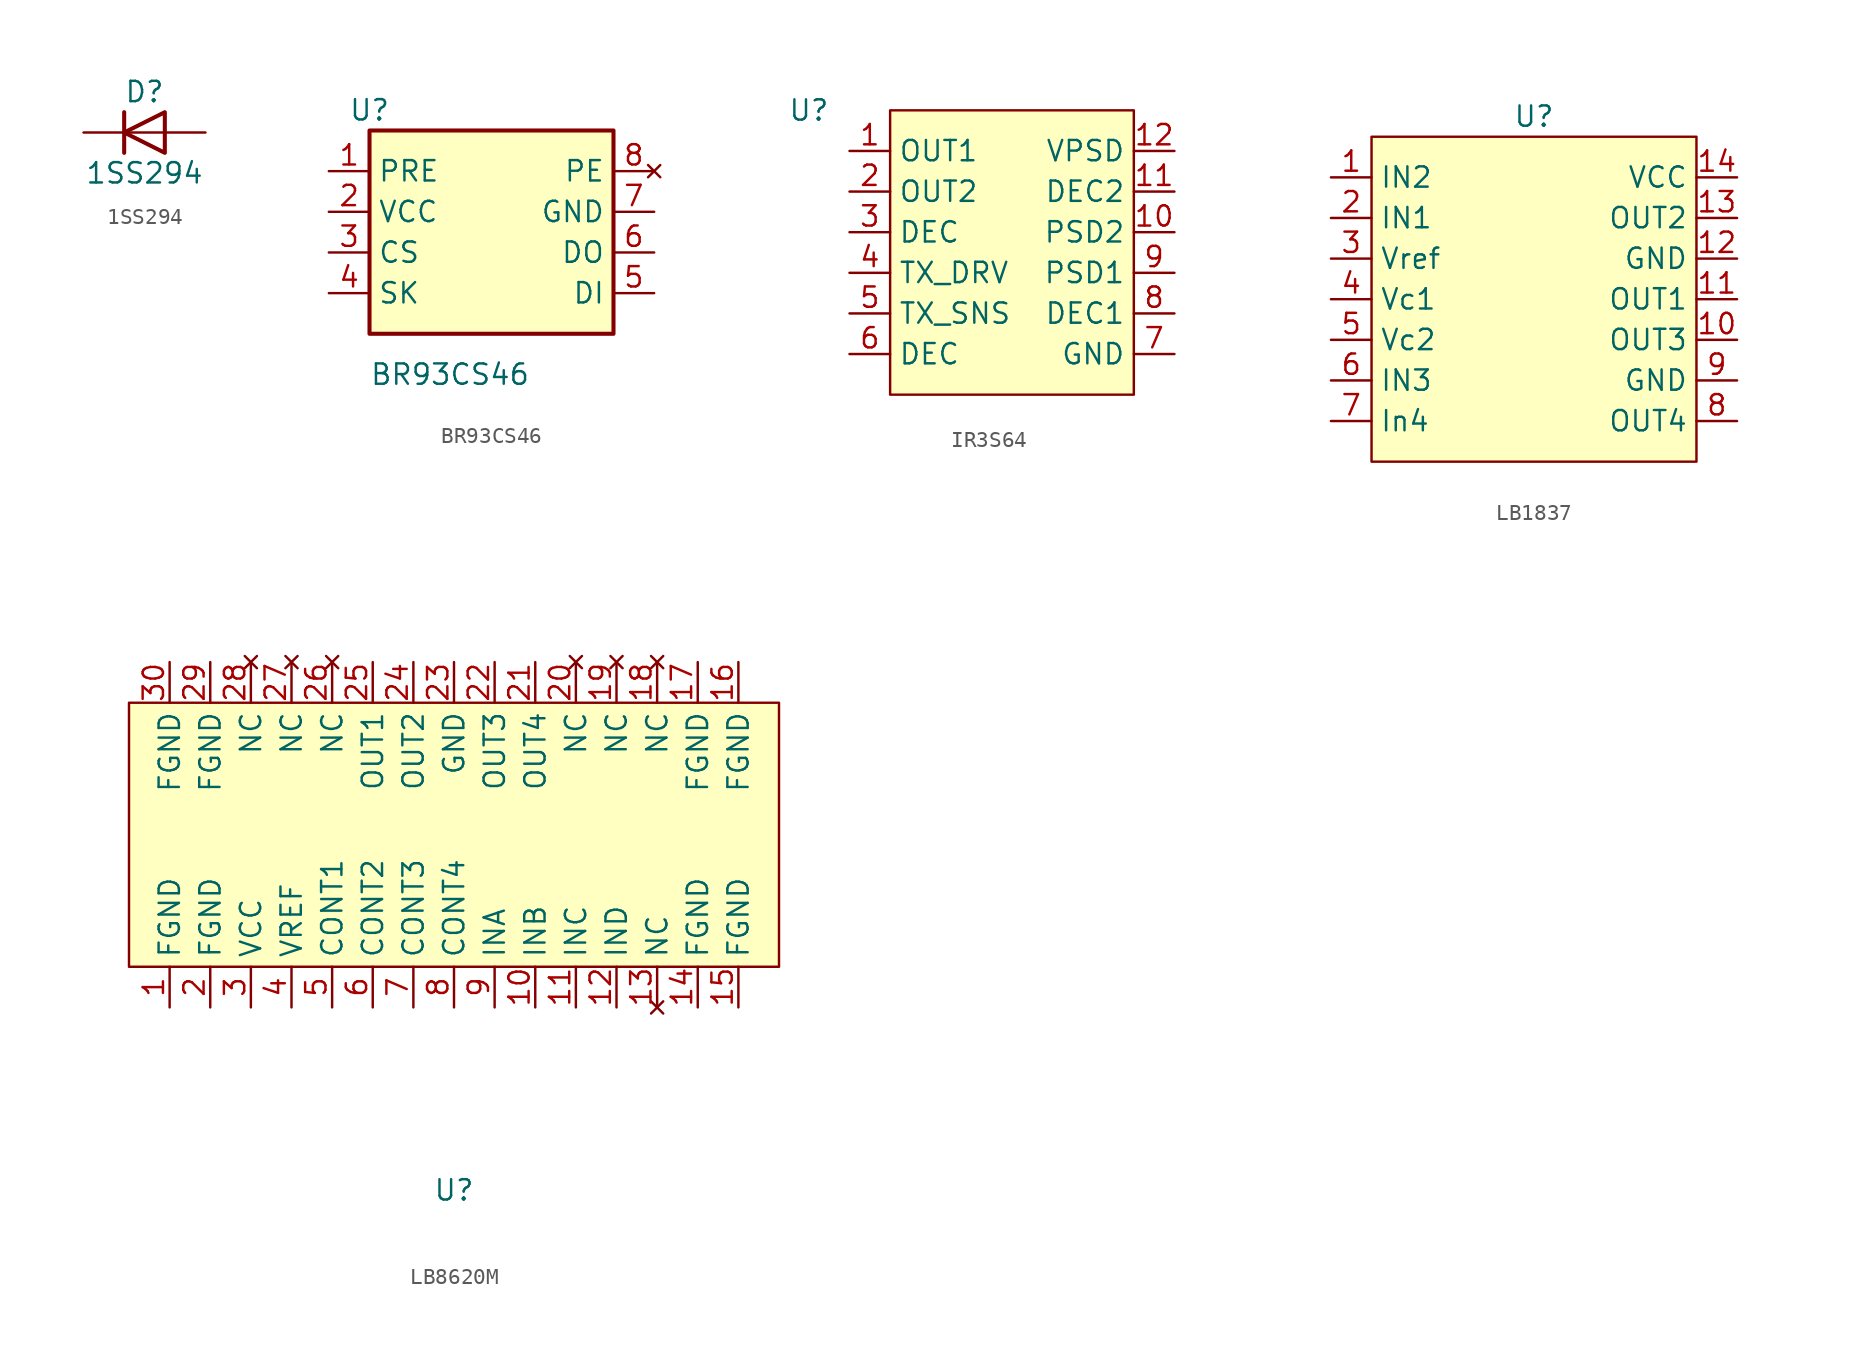
<source format=kicad_sym>
(kicad_symbol_lib
  (version 20220914)
  (generator kicad_symbol_editor)
  (symbol "1SS294"
    (pin_numbers hide)
    (pin_names hide)
    (property "Reference" "D"
      (at 0 2.54 0)
      (effects (font (size 1.27 1.27))))
    (property "Value" "1SS294"
      (at 0 -2.54 0)
      (effects (font (size 1.27 1.27))))
    (symbol "1SS294_0_1"
      (polyline (pts (xy -1.27 1.27) (xy -1.27 -1.27)) (stroke (width 0.254) (type default)) (fill (type none)))
      (polyline (pts (xy 1.27 0) (xy -1.27 0)) (stroke (width 0) (type default)) (fill (type none)))
      (polyline (pts (xy 1.27 1.27) (xy 1.27 -1.27) (xy -1.27 0) (xy 1.27 1.27)) (stroke (width 0.254) (type default)) (fill (type none))))
    (symbol "1SS294_1_1"
      (pin passive line (at 3.81 0 180) (length 2.54) (name "A" (effects (font (size 1.27 1.27)))) (number "1" (effects (font (size 1.27 1.27)))))
      (pin passive line (at 3.81 0 180) (length 2.54) hide (name "NC" (effects (font (size 1.27 1.27)))) (number "2" (effects (font (size 1.27 1.27)))))
      (pin passive line (at -3.81 0 0) (length 2.54) (name "K" (effects (font (size 1.27 1.27)))) (number "3" (effects (font (size 1.27 1.27)))))))
  (symbol "BR93CS46"
    (property "Reference" "U"
      (at -7.62 7.62 0)
      (effects (font (size 1.27 1.27))))
    (property "Value" "BR93CS46"
      (at -7.62 -8.89 0)
      (effects (font (size 1.27 1.27)) (justify left)))
    (symbol "BR93CS46_1_1"
      (rectangle (start -7.62 6.35) (end 7.62 -6.35) (stroke (width 0.254) (type default)) (fill (type background)))
      (pin input line (at -10.16 3.81 0) (length 2.54) (name "PRE" (effects (font (size 1.27 1.27)))) (number "1" (effects (font (size 1.27 1.27)))))
      (pin power_in line (at -10.16 1.27 0) (length 2.54) (name "VCC" (effects (font (size 1.27 1.27)))) (number "2" (effects (font (size 1.27 1.27)))))
      (pin input line (at -10.16 -1.27 0) (length 2.54) (name "CS" (effects (font (size 1.27 1.27)))) (number "3" (effects (font (size 1.27 1.27)))))
      (pin input line (at -10.16 -3.81 0) (length 2.54) (name "SK" (effects (font (size 1.27 1.27)))) (number "4" (effects (font (size 1.27 1.27)))))
      (pin input line (at 10.16 -3.81 180) (length 2.54) (name "DI" (effects (font (size 1.27 1.27)))) (number "5" (effects (font (size 1.27 1.27)))))
      (pin tri_state line (at 10.16 -1.27 180) (length 2.54) (name "DO" (effects (font (size 1.27 1.27)))) (number "6" (effects (font (size 1.27 1.27)))))
      (pin power_in line (at 10.16 1.27 180) (length 2.54) (name "GND" (effects (font (size 1.27 1.27)))) (number "7" (effects (font (size 1.27 1.27)))))
      (pin no_connect line (at 10.16 3.81 180) (length 2.54) (name "PE" (effects (font (size 1.27 1.27)))) (number "8" (effects (font (size 1.27 1.27)))))))
  (symbol "IR3S64"
    (property "Reference" "U"
      (at -12.7 8.89 0)
      (effects (font (size 1.27 1.27))))
    (property "Value" ""
      (at -10.16 6.35 0)
      (effects (font (size 1.27 1.27))))
    (symbol "IR3S64_1_0"
      (pin output line (at -10.16 6.35 0) (length 2.54) (name "OUT1" (effects (font (size 1.27 1.27)))) (number "1" (effects (font (size 1.27 1.27)))))
      (pin passive line (at 10.16 1.27 180) (length 2.54) (name "PSD2" (effects (font (size 1.27 1.27)))) (number "10" (effects (font (size 1.27 1.27)))))
      (pin power_out line (at 10.16 3.81 180) (length 2.54) (name "DEC2" (effects (font (size 1.27 1.27)))) (number "11" (effects (font (size 1.27 1.27)))))
      (pin power_in line (at 10.16 6.35 180) (length 2.54) (name "VPSD" (effects (font (size 1.27 1.27)))) (number "12" (effects (font (size 1.27 1.27)))))
      (pin output line (at -10.16 3.81 0) (length 2.54) (name "OUT2" (effects (font (size 1.27 1.27)))) (number "2" (effects (font (size 1.27 1.27)))))
      (pin passive line (at -10.16 1.27 0) (length 2.54) (name "DEC" (effects (font (size 1.27 1.27)))) (number "3" (effects (font (size 1.27 1.27)))))
      (pin output line (at -10.16 -1.27 0) (length 2.54) (name "TX_DRV" (effects (font (size 1.27 1.27)))) (number "4" (effects (font (size 1.27 1.27)))))
      (pin input line (at -10.16 -3.81 0) (length 2.54) (name "TX_SNS" (effects (font (size 1.27 1.27)))) (number "5" (effects (font (size 1.27 1.27)))))
      (pin passive line (at -10.16 -6.35 0) (length 2.54) (name "DEC" (effects (font (size 1.27 1.27)))) (number "6" (effects (font (size 1.27 1.27)))))
      (pin power_in line (at 10.16 -6.35 180) (length 2.54) (name "GND" (effects (font (size 1.27 1.27)))) (number "7" (effects (font (size 1.27 1.27)))))
      (pin power_out line (at 10.16 -3.81 180) (length 2.54) (name "DEC1" (effects (font (size 1.27 1.27)))) (number "8" (effects (font (size 1.27 1.27)))))
      (pin passive line (at 10.16 -1.27 180) (length 2.54) (name "PSD1" (effects (font (size 1.27 1.27)))) (number "9" (effects (font (size 1.27 1.27))))))
    (symbol "IR3S64_1_1"
      (rectangle (start -7.62 8.89) (end 7.62 -8.89) (stroke (width 0) (type default)) (fill (type background)))))
  (symbol "LB1837"
    (property "Reference" "U"
      (at 0 11.43 0)
      (effects (font (size 1.27 1.27))))
    (property "Value" ""
      (at -12.7 7.62 0)
      (effects (font (size 1.27 1.27))))
    (symbol "LB1837_0_0"
      (pin input line (at -12.7 7.62 0) (length 2.54) (name "IN2" (effects (font (size 1.27 1.27)))) (number "1" (effects (font (size 1.27 1.27)))))
      (pin output line (at 12.7 -2.54 180) (length 2.54) (name "OUT3" (effects (font (size 1.27 1.27)))) (number "10" (effects (font (size 1.27 1.27)))))
      (pin output line (at 12.7 0 180) (length 2.54) (name "OUT1" (effects (font (size 1.27 1.27)))) (number "11" (effects (font (size 1.27 1.27)))))
      (pin power_in line (at 12.7 2.54 180) (length 2.54) (name "GND" (effects (font (size 1.27 1.27)))) (number "12" (effects (font (size 1.27 1.27)))))
      (pin output line (at 12.7 5.08 180) (length 2.54) (name "OUT2" (effects (font (size 1.27 1.27)))) (number "13" (effects (font (size 1.27 1.27)))))
      (pin power_in line (at 12.7 7.62 180) (length 2.54) (name "VCC" (effects (font (size 1.27 1.27)))) (number "14" (effects (font (size 1.27 1.27)))))
      (pin input line (at -12.7 5.08 0) (length 2.54) (name "IN1" (effects (font (size 1.27 1.27)))) (number "2" (effects (font (size 1.27 1.27)))))
      (pin output line (at -12.7 2.54 0) (length 2.54) (name "Vref" (effects (font (size 1.27 1.27)))) (number "3" (effects (font (size 1.27 1.27)))))
      (pin input line (at -12.7 0 0) (length 2.54) (name "Vc1" (effects (font (size 1.27 1.27)))) (number "4" (effects (font (size 1.27 1.27)))))
      (pin input line (at -12.7 -2.54 0) (length 2.54) (name "Vc2" (effects (font (size 1.27 1.27)))) (number "5" (effects (font (size 1.27 1.27)))))
      (pin input line (at -12.7 -5.08 0) (length 2.54) (name "IN3" (effects (font (size 1.27 1.27)))) (number "6" (effects (font (size 1.27 1.27)))))
      (pin input line (at -12.7 -7.62 0) (length 2.54) (name "In4" (effects (font (size 1.27 1.27)))) (number "7" (effects (font (size 1.27 1.27)))))
      (pin output line (at 12.7 -7.62 180) (length 2.54) (name "OUT4" (effects (font (size 1.27 1.27)))) (number "8" (effects (font (size 1.27 1.27)))))
      (pin power_in line (at 12.7 -5.08 180) (length 2.54) (name "GND" (effects (font (size 1.27 1.27)))) (number "9" (effects (font (size 1.27 1.27))))))
    (symbol "LB1837_1_1"
      (rectangle (start -10.16 10.16) (end 10.16 -10.16) (stroke (width 0) (type default)) (fill (type background)))))
  (symbol "LB8620M"
    (property "Reference" "U"
      (at 0 -22.86 0)
      (effects (font (size 1.27 1.27))))
    (property "Value" ""
      (at -19.05 -17.78 90)
      (effects (font (size 1.27 1.27))))
    (symbol "LB8620M_0_0"
      (pin power_in line (at -17.78 -11.43 90) (length 2.54) (name "FGND" (effects (font (size 1.27 1.27)))) (number "1" (effects (font (size 1.27 1.27)))))
      (pin input line (at 5.08 -11.43 90) (length 2.54) (name "INB" (effects (font (size 1.27 1.27)))) (number "10" (effects (font (size 1.27 1.27)))))
      (pin input line (at 7.62 -11.43 90) (length 2.54) (name "INC" (effects (font (size 1.27 1.27)))) (number "11" (effects (font (size 1.27 1.27)))))
      (pin input line (at 10.16 -11.43 90) (length 2.54) (name "IND" (effects (font (size 1.27 1.27)))) (number "12" (effects (font (size 1.27 1.27)))))
      (pin no_connect line (at 12.7 -11.43 90) (length 2.54) (name "NC" (effects (font (size 1.27 1.27)))) (number "13" (effects (font (size 1.27 1.27)))))
      (pin power_in line (at 15.24 -11.43 90) (length 2.54) (name "FGND" (effects (font (size 1.27 1.27)))) (number "14" (effects (font (size 1.27 1.27)))))
      (pin power_in line (at 17.78 -11.43 90) (length 2.54) (name "FGND" (effects (font (size 1.27 1.27)))) (number "15" (effects (font (size 1.27 1.27)))))
      (pin power_in line (at 17.78 10.16 270) (length 2.54) (name "FGND" (effects (font (size 1.27 1.27)))) (number "16" (effects (font (size 1.27 1.27)))))
      (pin power_in line (at 15.24 10.16 270) (length 2.54) (name "FGND" (effects (font (size 1.27 1.27)))) (number "17" (effects (font (size 1.27 1.27)))))
      (pin no_connect line (at 12.7 10.16 270) (length 2.54) (name "NC" (effects (font (size 1.27 1.27)))) (number "18" (effects (font (size 1.27 1.27)))))
      (pin no_connect line (at 10.16 10.16 270) (length 2.54) (name "NC" (effects (font (size 1.27 1.27)))) (number "19" (effects (font (size 1.27 1.27)))))
      (pin power_in line (at -15.24 -11.43 90) (length 2.54) (name "FGND" (effects (font (size 1.27 1.27)))) (number "2" (effects (font (size 1.27 1.27)))))
      (pin no_connect line (at 7.62 10.16 270) (length 2.54) (name "NC" (effects (font (size 1.27 1.27)))) (number "20" (effects (font (size 1.27 1.27)))))
      (pin output line (at 5.08 10.16 270) (length 2.54) (name "OUT4" (effects (font (size 1.27 1.27)))) (number "21" (effects (font (size 1.27 1.27)))))
      (pin output line (at 2.54 10.16 270) (length 2.54) (name "OUT3" (effects (font (size 1.27 1.27)))) (number "22" (effects (font (size 1.27 1.27)))))
      (pin power_in line (at 0 10.16 270) (length 2.54) (name "GND" (effects (font (size 1.27 1.27)))) (number "23" (effects (font (size 1.27 1.27)))))
      (pin output line (at -2.54 10.16 270) (length 2.54) (name "OUT2" (effects (font (size 1.27 1.27)))) (number "24" (effects (font (size 1.27 1.27)))))
      (pin output line (at -5.08 10.16 270) (length 2.54) (name "OUT1" (effects (font (size 1.27 1.27)))) (number "25" (effects (font (size 1.27 1.27)))))
      (pin no_connect line (at -7.62 10.16 270) (length 2.54) (name "NC" (effects (font (size 1.27 1.27)))) (number "26" (effects (font (size 1.27 1.27)))))
      (pin no_connect line (at -10.16 10.16 270) (length 2.54) (name "NC" (effects (font (size 1.27 1.27)))) (number "27" (effects (font (size 1.27 1.27)))))
      (pin no_connect line (at -12.7 10.16 270) (length 2.54) (name "NC" (effects (font (size 1.27 1.27)))) (number "28" (effects (font (size 1.27 1.27)))))
      (pin power_in line (at -15.24 10.16 270) (length 2.54) (name "FGND" (effects (font (size 1.27 1.27)))) (number "29" (effects (font (size 1.27 1.27)))))
      (pin power_in line (at -12.7 -11.43 90) (length 2.54) (name "VCC" (effects (font (size 1.27 1.27)))) (number "3" (effects (font (size 1.27 1.27)))))
      (pin power_in line (at -17.78 10.16 270) (length 2.54) (name "FGND" (effects (font (size 1.27 1.27)))) (number "30" (effects (font (size 1.27 1.27)))))
      (pin power_out line (at -10.16 -11.43 90) (length 2.54) (name "VREF" (effects (font (size 1.27 1.27)))) (number "4" (effects (font (size 1.27 1.27)))))
      (pin input line (at -7.62 -11.43 90) (length 2.54) (name "CONT1" (effects (font (size 1.27 1.27)))) (number "5" (effects (font (size 1.27 1.27)))))
      (pin input line (at -5.08 -11.43 90) (length 2.54) (name "CONT2" (effects (font (size 1.27 1.27)))) (number "6" (effects (font (size 1.27 1.27)))))
      (pin input line (at -2.54 -11.43 90) (length 2.54) (name "CONT3" (effects (font (size 1.27 1.27)))) (number "7" (effects (font (size 1.27 1.27)))))
      (pin input line (at 0 -11.43 90) (length 2.54) (name "CONT4" (effects (font (size 1.27 1.27)))) (number "8" (effects (font (size 1.27 1.27)))))
      (pin input line (at 2.54 -11.43 90) (length 2.54) (name "INA" (effects (font (size 1.27 1.27)))) (number "9" (effects (font (size 1.27 1.27))))))
    (symbol "LB8620M_1_1"
      (rectangle (start -20.32 7.62) (end 20.32 -8.89) (stroke (width 0) (type default)) (fill (type background))))))
</source>
